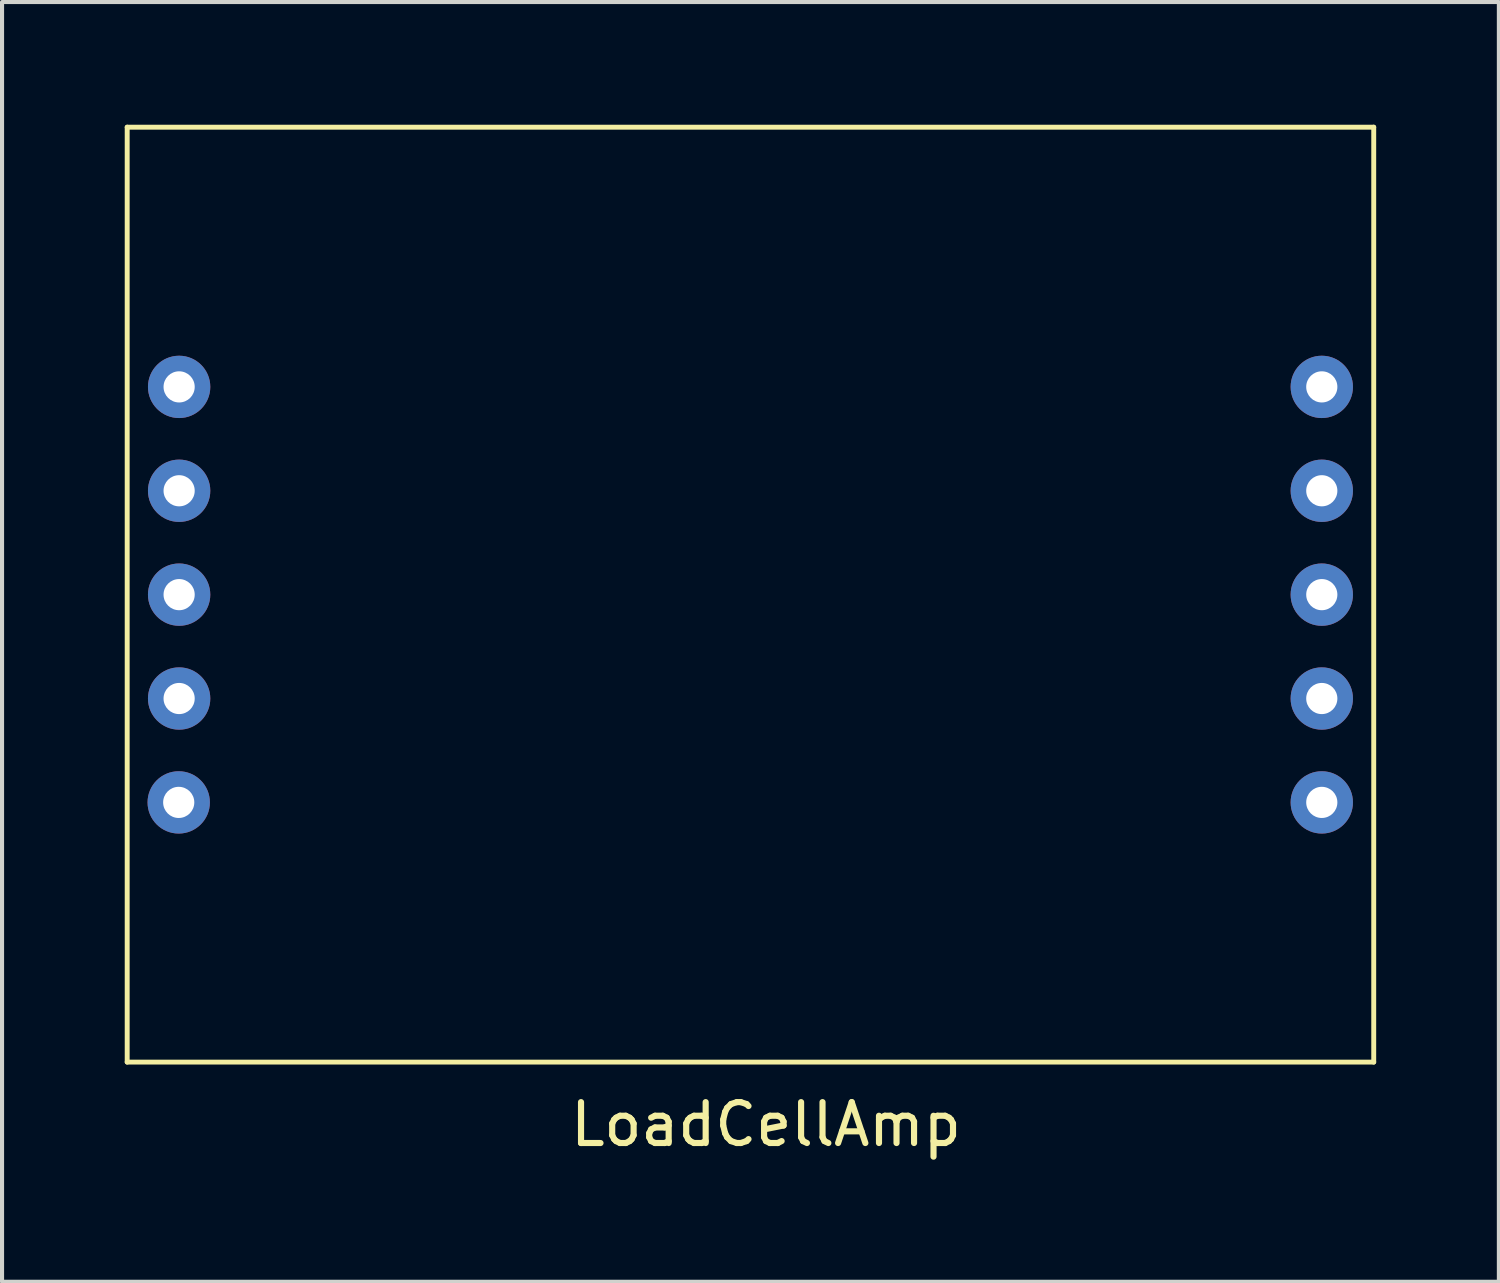
<source format=kicad_pcb>
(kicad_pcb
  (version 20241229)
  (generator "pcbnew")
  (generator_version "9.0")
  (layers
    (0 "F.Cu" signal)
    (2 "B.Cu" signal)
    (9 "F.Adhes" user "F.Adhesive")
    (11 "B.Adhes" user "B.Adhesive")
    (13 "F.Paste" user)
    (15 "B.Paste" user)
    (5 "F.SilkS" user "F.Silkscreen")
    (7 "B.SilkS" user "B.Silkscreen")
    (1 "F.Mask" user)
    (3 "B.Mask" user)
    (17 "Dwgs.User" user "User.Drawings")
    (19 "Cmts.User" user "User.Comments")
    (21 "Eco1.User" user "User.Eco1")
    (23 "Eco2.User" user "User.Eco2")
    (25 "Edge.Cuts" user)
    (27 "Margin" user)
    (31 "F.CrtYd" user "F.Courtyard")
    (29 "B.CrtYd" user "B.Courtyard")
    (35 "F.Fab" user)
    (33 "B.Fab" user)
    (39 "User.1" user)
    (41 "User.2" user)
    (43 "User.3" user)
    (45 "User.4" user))
  (footprint "LoadCellAmp"
    (layer "F.Cu")
    (at 15.3 11.49)
    (property "Reference" "LoadCellAmp" (at 0.381 12.954 0) (layer "F.SilkS") (effects (font (size 1 1) (thickness 0.15))))
    (attr through_hole)
    (fp_line (start -15.24 -11.43) (end -15.24 11.43) (stroke (width 0.12) (type solid)) (layer "F.SilkS"))
    (fp_line (start -15.24 -11.43) (end 15.24 -11.43) (stroke (width 0.12) (type solid)) (layer "F.SilkS"))
    (fp_line (start 15.24 -11.43) (end 15.24 11.43) (stroke (width 0.12) (type solid)) (layer "F.SilkS"))
    (fp_line (start 15.24 11.43) (end -15.24 11.43) (stroke (width 0.12) (type solid)) (layer "F.SilkS"))
    (pad "1" thru_hole circle (at -13.97 -5.08) (size 1.524 1.524) (drill 0.762) (layers "*.Cu" "*.Mask"))
    (pad "2" thru_hole circle (at -13.97 -2.54) (size 1.524 1.524) (drill 0.762) (layers "*.Cu" "*.Mask"))
    (pad "3" thru_hole circle (at -13.97 0) (size 1.524 1.524) (drill 0.762) (layers "*.Cu" "*.Mask"))
    (pad "4" thru_hole circle (at -13.97 2.54) (size 1.524 1.524) (drill 0.762) (layers "*.Cu" "*.Mask"))
    (pad "5" thru_hole circle (at -13.98 5.08) (size 1.524 1.524) (drill 0.762) (layers "*.Cu" "*.Mask"))
    (pad "6" thru_hole circle (at 13.97 -5.08) (size 1.524 1.524) (drill 0.762) (layers "*.Cu" "*.Mask"))
    (pad "7" thru_hole circle (at 13.97 -2.54) (size 1.524 1.524) (drill 0.762) (layers "*.Cu" "*.Mask"))
    (pad "8" thru_hole circle (at 13.97 0) (size 1.524 1.524) (drill 0.762) (layers "*.Cu" "*.Mask"))
    (pad "9" thru_hole circle (at 13.97 2.54) (size 1.524 1.524) (drill 0.762) (layers "*.Cu" "*.Mask"))
    (pad "10" thru_hole circle (at 13.97 5.08) (size 1.524 1.524) (drill 0.762) (layers "*.Cu" "*.Mask")))
  (gr_rect
    (start -3 -3)
    (end 33.6 28.292)
    (stroke (width 0.1) (type default))
    (fill no)
    (layer "Edge.Cuts")))
</source>
